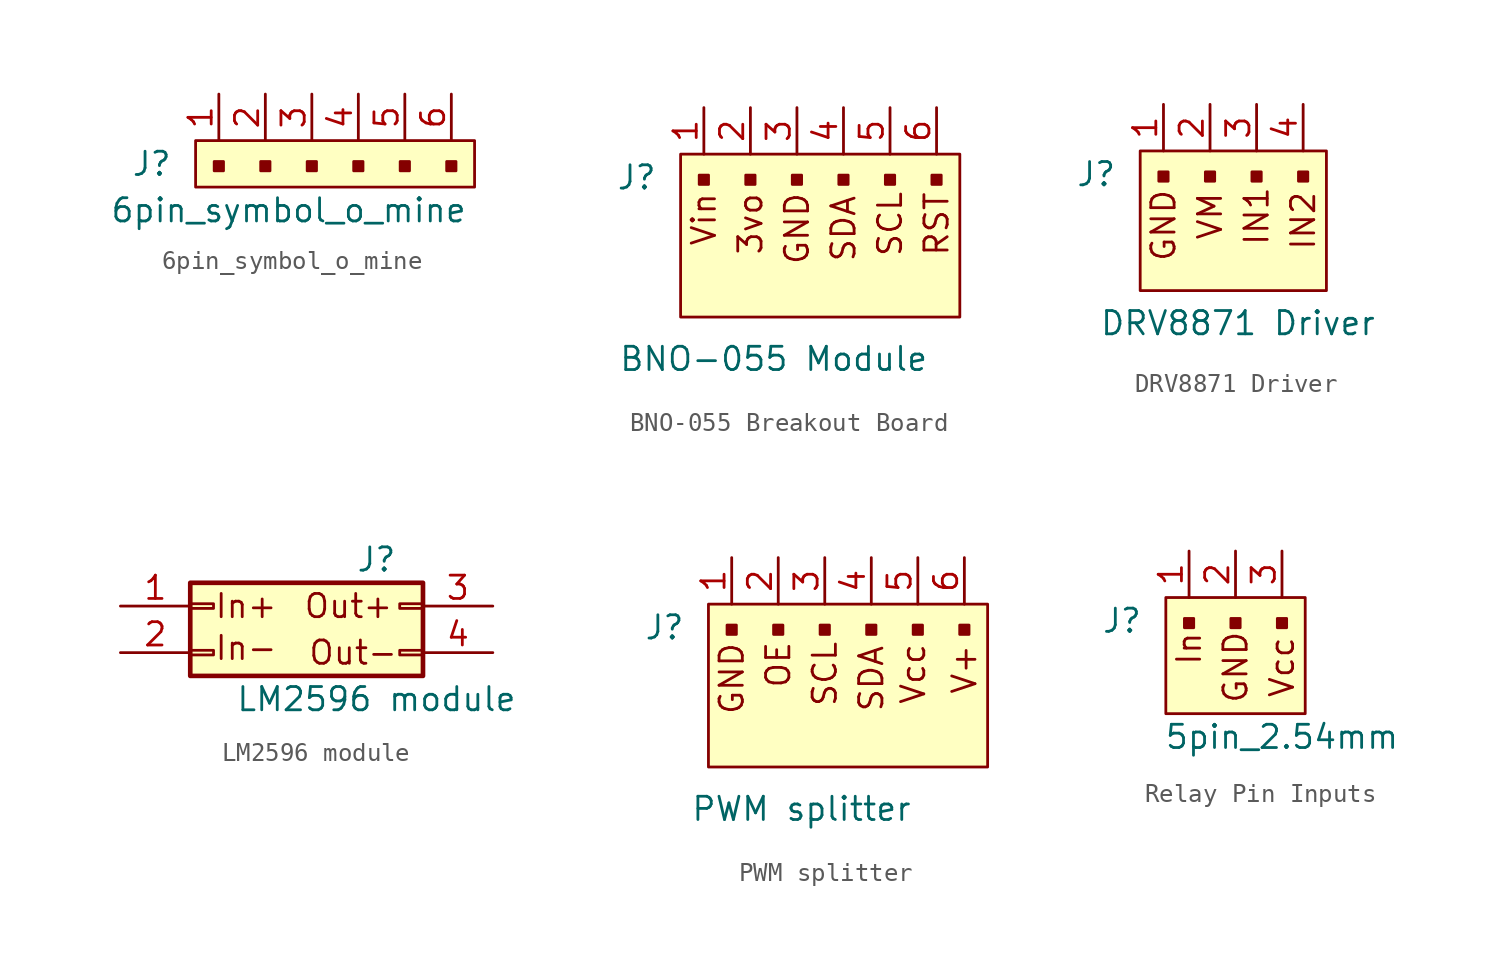
<source format=kicad_sym>
(kicad_symbol_lib
  (version 20241209)
  (generator "kicad_symbol_editor")
  (generator_version "9.0")
  (symbol "6pin_symbol_o_mine"
    (pin_names
      (offset 1.016))
    (property "Reference" "J"
      (at -2.54 -1.27 0)
      (effects (font (size 1.27 1.27)) (justify right)))
    (property "Value" "6pin_symbol_o_mine"
      (at 3.81 -3.81 0)
      (effects (font (size 1.27 1.27))))
    (symbol "6pin_symbol_o_mine_1_1"
      (rectangle (start -1.27 0) (end 13.97 -2.54) (stroke (width 0) (type solid)) (fill (type background)))
      (rectangle (start -0.254 -1.143) (end 0.254 -1.651) (stroke (width 0) (type solid)) (fill (type outline)))
      (rectangle (start 2.286 -1.143) (end 2.794 -1.651) (stroke (width 0) (type solid)) (fill (type outline)))
      (rectangle (start 4.826 -1.143) (end 5.334 -1.651) (stroke (width 0) (type solid)) (fill (type outline)))
      (rectangle (start 7.366 -1.143) (end 7.874 -1.651) (stroke (width 0) (type solid)) (fill (type outline)))
      (rectangle (start 9.906 -1.143) (end 10.414 -1.651) (stroke (width 0) (type solid)) (fill (type outline)))
      (rectangle (start 12.446 -1.143) (end 12.954 -1.651) (stroke (width 0) (type solid)) (fill (type outline)))
      (pin passive line (at 0 2.54 270) (length 2.54) (name "~" (effects (font (size 1.27 1.27)))) (number "1" (effects (font (size 1.27 1.27)))))
      (pin passive line (at 2.54 2.54 270) (length 2.54) (name "~" (effects (font (size 1.27 1.27)))) (number "2" (effects (font (size 1.27 1.27)))))
      (pin passive line (at 5.08 2.54 270) (length 2.54) (name "~" (effects (font (size 1.27 1.27)))) (number "3" (effects (font (size 1.27 1.27)))))
      (pin passive line (at 7.62 2.54 270) (length 2.54) (name "~" (effects (font (size 1.27 1.27)))) (number "4" (effects (font (size 1.27 1.27)))))
      (pin passive line (at 10.16 2.54 270) (length 2.54) (name "~" (effects (font (size 1.27 1.27)))) (number "5" (effects (font (size 1.27 1.27)))))
      (pin passive line (at 12.7 2.54 270) (length 2.54) (name "~" (effects (font (size 1.27 1.27)))) (number "6" (effects (font (size 1.27 1.27)))))))
  (symbol "BNO-055 Breakout Board"
    (pin_names
      (offset 1.016))
    (property "Reference" "J"
      (at -2.54 -1.27 0)
      (effects (font (size 1.27 1.27)) (justify right)))
    (property "Value" "BNO-055 Module"
      (at 3.81 -11.176 0)
      (effects (font (size 1.27 1.27))))
    (symbol "BNO-055 Breakout Board_1_1"
      (rectangle (start -1.27 0) (end 13.97 -8.89) (stroke (width 0) (type solid)) (fill (type background)))
      (rectangle (start -0.254 -1.143) (end 0.254 -1.651) (stroke (width 0) (type solid)) (fill (type outline)))
      (rectangle (start 2.286 -1.143) (end 2.794 -1.651) (stroke (width 0) (type solid)) (fill (type outline)))
      (rectangle (start 4.826 -1.143) (end 5.334 -1.651) (stroke (width 0) (type solid)) (fill (type outline)))
      (rectangle (start 7.366 -1.143) (end 7.874 -1.651) (stroke (width 0) (type solid)) (fill (type outline)))
      (rectangle (start 9.906 -1.143) (end 10.414 -1.651) (stroke (width 0) (type solid)) (fill (type outline)))
      (rectangle (start 12.446 -1.143) (end 12.954 -1.651) (stroke (width 0) (type solid)) (fill (type outline)))
      (text "Vin" (at 0 -3.556 900) (effects (font (size 1.27 1.27))))
      (text "3vo" (at 2.54 -3.81 900) (effects (font (size 1.27 1.27))))
      (text "GND" (at 5.08 -4.064 900) (effects (font (size 1.27 1.27))))
      (text "SDA" (at 7.62 -4.064 900) (effects (font (size 1.27 1.27))))
      (text "SCL" (at 10.16 -3.81 900) (effects (font (size 1.27 1.27))))
      (text "RST" (at 12.7 -3.81 900) (effects (font (size 1.27 1.27))))
      (pin power_in line (at 0 2.54 270) (length 2.54) (name "~" (effects (font (size 1.27 1.27)))) (number "1" (effects (font (size 1.27 1.27)))))
      (pin passive line (at 2.54 2.54 270) (length 2.54) (name "~" (effects (font (size 1.27 1.27)))) (number "2" (effects (font (size 1.27 1.27)))))
      (pin power_in line (at 5.08 2.54 270) (length 2.54) (name "~" (effects (font (size 1.27 1.27)))) (number "3" (effects (font (size 1.27 1.27)))))
      (pin passive line (at 7.62 2.54 270) (length 2.54) (name "~" (effects (font (size 1.27 1.27)))) (number "4" (effects (font (size 1.27 1.27)))))
      (pin passive line (at 10.16 2.54 270) (length 2.54) (name "~" (effects (font (size 1.27 1.27)))) (number "5" (effects (font (size 1.27 1.27)))))
      (pin passive line (at 12.7 2.54 270) (length 2.54) (name "~" (effects (font (size 1.27 1.27)))) (number "6" (effects (font (size 1.27 1.27)))))))
  (symbol "DRV8871 Driver"
    (pin_names
      (offset 1.016))
    (property "Reference" "J"
      (at -2.54 -1.27 0)
      (effects (font (size 1.27 1.27)) (justify right)))
    (property "Value" "DRV8871 Driver"
      (at 4.064 -9.398 0)
      (effects (font (size 1.27 1.27))))
    (symbol "DRV8871 Driver_1_1"
      (rectangle (start -1.27 0) (end 8.89 -7.62) (stroke (width 0) (type solid)) (fill (type background)))
      (rectangle (start -0.254 -1.143) (end 0.254 -1.651) (stroke (width 0) (type solid)) (fill (type outline)))
      (rectangle (start 2.286 -1.143) (end 2.794 -1.651) (stroke (width 0) (type solid)) (fill (type outline)))
      (rectangle (start 4.826 -1.143) (end 5.334 -1.651) (stroke (width 0) (type solid)) (fill (type outline)))
      (rectangle (start 7.366 -1.143) (end 7.874 -1.651) (stroke (width 0) (type solid)) (fill (type outline)))
      (text "GND" (at 0 -4.064 900) (effects (font (size 1.27 1.27))))
      (text "VM" (at 2.54 -3.556 900) (effects (font (size 1.27 1.27))))
      (text "IN1" (at 5.08 -3.556 900) (effects (font (size 1.27 1.27))))
      (text "IN2" (at 7.62 -3.81 900) (effects (font (size 1.27 1.27))))
      (pin passive line (at 0 2.54 270) (length 2.54) (name "~" (effects (font (size 1.27 1.27)))) (number "1" (effects (font (size 1.27 1.27)))))
      (pin passive line (at 2.54 2.54 270) (length 2.54) (name "~" (effects (font (size 1.27 1.27)))) (number "2" (effects (font (size 1.27 1.27)))))
      (pin passive line (at 5.08 2.54 270) (length 2.54) (name "~" (effects (font (size 1.27 1.27)))) (number "3" (effects (font (size 1.27 1.27)))))
      (pin passive line (at 7.62 2.54 270) (length 2.54) (name "~" (effects (font (size 1.27 1.27)))) (number "4" (effects (font (size 1.27 1.27)))))))
  (symbol "LM2596 module"
    (pin_names
      (offset 1.016)
      (hide yes))
    (property "Reference" "J"
      (at 1.27 2.54 0)
      (effects (font (size 1.27 1.27))))
    (property "Value" "LM2596 module"
      (at 1.27 -5.08 0)
      (effects (font (size 1.27 1.27))))
    (symbol "LM2596 module_1_1"
      (rectangle (start -8.89 1.27) (end 3.81 -3.81) (stroke (width 0.254) (type default)) (fill (type background)))
      (rectangle (start -8.89 0.127) (end -7.62 -0.127) (stroke (width 0.152) (type default)) (fill (type none)))
      (rectangle (start -8.89 -2.413) (end -7.62 -2.667) (stroke (width 0.152) (type default)) (fill (type none)))
      (rectangle (start 3.81 0.127) (end 2.54 -0.127) (stroke (width 0.152) (type default)) (fill (type none)))
      (rectangle (start 3.81 -2.413) (end 2.54 -2.667) (stroke (width 0.152) (type default)) (fill (type none)))
      (text "In+" (at -5.842 0 0) (effects (font (size 1.27 1.27))))
      (text "In-" (at -5.842 -2.286 0) (effects (font (size 1.27 1.27))))
      (text "Out+" (at -0.254 0 0) (effects (font (size 1.27 1.27))))
      (text "Out-" (at 0 -2.54 0) (effects (font (size 1.27 1.27))))
      (pin power_in line (at -12.7 0 0) (length 3.81) (name "IN+" (effects (font (size 1.27 1.27)))) (number "1" (effects (font (size 1.27 1.27)))))
      (pin power_in line (at -12.7 -2.54 0) (length 3.81) (name "IN-" (effects (font (size 1.27 1.27)))) (number "2" (effects (font (size 1.27 1.27)))))
      (pin power_out line (at 7.62 0 180) (length 3.81) (name "OUT+" (effects (font (size 1.27 1.27)))) (number "3" (effects (font (size 1.27 1.27)))))
      (pin power_out line (at 7.62 -2.54 180) (length 3.81) (name "OUT-" (effects (font (size 1.27 1.27)))) (number "4" (effects (font (size 1.27 1.27)))))))
  (symbol "PWM splitter"
    (pin_names
      (offset 1.016))
    (property "Reference" "J"
      (at -2.54 -1.27 0)
      (effects (font (size 1.27 1.27)) (justify right)))
    (property "Value" "PWM splitter"
      (at 3.81 -11.176 0)
      (effects (font (size 1.27 1.27))))
    (symbol "PWM splitter_1_1"
      (rectangle (start -1.27 0) (end 13.97 -8.89) (stroke (width 0) (type solid)) (fill (type background)))
      (rectangle (start -0.254 -1.143) (end 0.254 -1.651) (stroke (width 0) (type solid)) (fill (type outline)))
      (rectangle (start 2.286 -1.143) (end 2.794 -1.651) (stroke (width 0) (type solid)) (fill (type outline)))
      (rectangle (start 4.826 -1.143) (end 5.334 -1.651) (stroke (width 0) (type solid)) (fill (type outline)))
      (rectangle (start 7.366 -1.143) (end 7.874 -1.651) (stroke (width 0) (type solid)) (fill (type outline)))
      (rectangle (start 9.906 -1.143) (end 10.414 -1.651) (stroke (width 0) (type solid)) (fill (type outline)))
      (rectangle (start 12.446 -1.143) (end 12.954 -1.651) (stroke (width 0) (type solid)) (fill (type outline)))
      (text "GND" (at 0 -4.064 900) (effects (font (size 1.27 1.27))))
      (text "OE" (at 2.54 -3.302 900) (effects (font (size 1.27 1.27))))
      (text "SCL" (at 5.08 -3.81 900) (effects (font (size 1.27 1.27))))
      (text "SDA" (at 7.62 -4.064 900) (effects (font (size 1.27 1.27))))
      (text "Vcc" (at 9.906 -3.81 900) (effects (font (size 1.27 1.27))))
      (text "V+" (at 12.7 -3.556 900) (effects (font (size 1.27 1.27))))
      (pin power_in line (at 0 2.54 270) (length 2.54) (name "~" (effects (font (size 1.27 1.27)))) (number "1" (effects (font (size 1.27 1.27)))))
      (pin passive line (at 2.54 2.54 270) (length 2.54) (name "~" (effects (font (size 1.27 1.27)))) (number "2" (effects (font (size 1.27 1.27)))))
      (pin passive line (at 5.08 2.54 270) (length 2.54) (name "~" (effects (font (size 1.27 1.27)))) (number "3" (effects (font (size 1.27 1.27)))))
      (pin passive line (at 7.62 2.54 270) (length 2.54) (name "~" (effects (font (size 1.27 1.27)))) (number "4" (effects (font (size 1.27 1.27)))))
      (pin power_in line (at 10.16 2.54 270) (length 2.54) (name "~" (effects (font (size 1.27 1.27)))) (number "5" (effects (font (size 1.27 1.27)))))
      (pin power_in line (at 12.7 2.54 270) (length 2.54) (name "~" (effects (font (size 1.27 1.27)))) (number "6" (effects (font (size 1.27 1.27)))))))
  (symbol "Relay Pin Inputs"
    (pin_names
      (offset 1.016))
    (property "Reference" "J"
      (at -2.54 -1.27 0)
      (effects (font (size 1.27 1.27)) (justify right)))
    (property "Value" "5pin_2.54mm"
      (at 5.08 -7.62 0)
      (effects (font (size 1.27 1.27))))
    (symbol "Relay Pin Inputs_1_1"
      (rectangle (start -1.27 0) (end 6.35 -6.35) (stroke (width 0) (type solid)) (fill (type background)))
      (rectangle (start -0.254 -1.143) (end 0.254 -1.651) (stroke (width 0) (type solid)) (fill (type outline)))
      (rectangle (start 2.286 -1.143) (end 2.794 -1.651) (stroke (width 0) (type solid)) (fill (type outline)))
      (rectangle (start 4.826 -1.143) (end 5.334 -1.651) (stroke (width 0) (type solid)) (fill (type outline)))
      (text "In" (at 0 -2.794 900) (effects (font (size 1.27 1.27))))
      (text "GND" (at 2.54 -3.81 900) (effects (font (size 1.27 1.27))))
      (text "Vcc" (at 5.08 -3.81 900) (effects (font (size 1.27 1.27))))
      (pin passive line (at 0 2.54 270) (length 2.54) (name "~" (effects (font (size 1.27 1.27)))) (number "1" (effects (font (size 1.27 1.27)))))
      (pin passive line (at 2.54 2.54 270) (length 2.54) (name "~" (effects (font (size 1.27 1.27)))) (number "2" (effects (font (size 1.27 1.27)))))
      (pin passive line (at 5.08 2.54 270) (length 2.54) (name "~" (effects (font (size 1.27 1.27)))) (number "3" (effects (font (size 1.27 1.27))))))))
</source>
